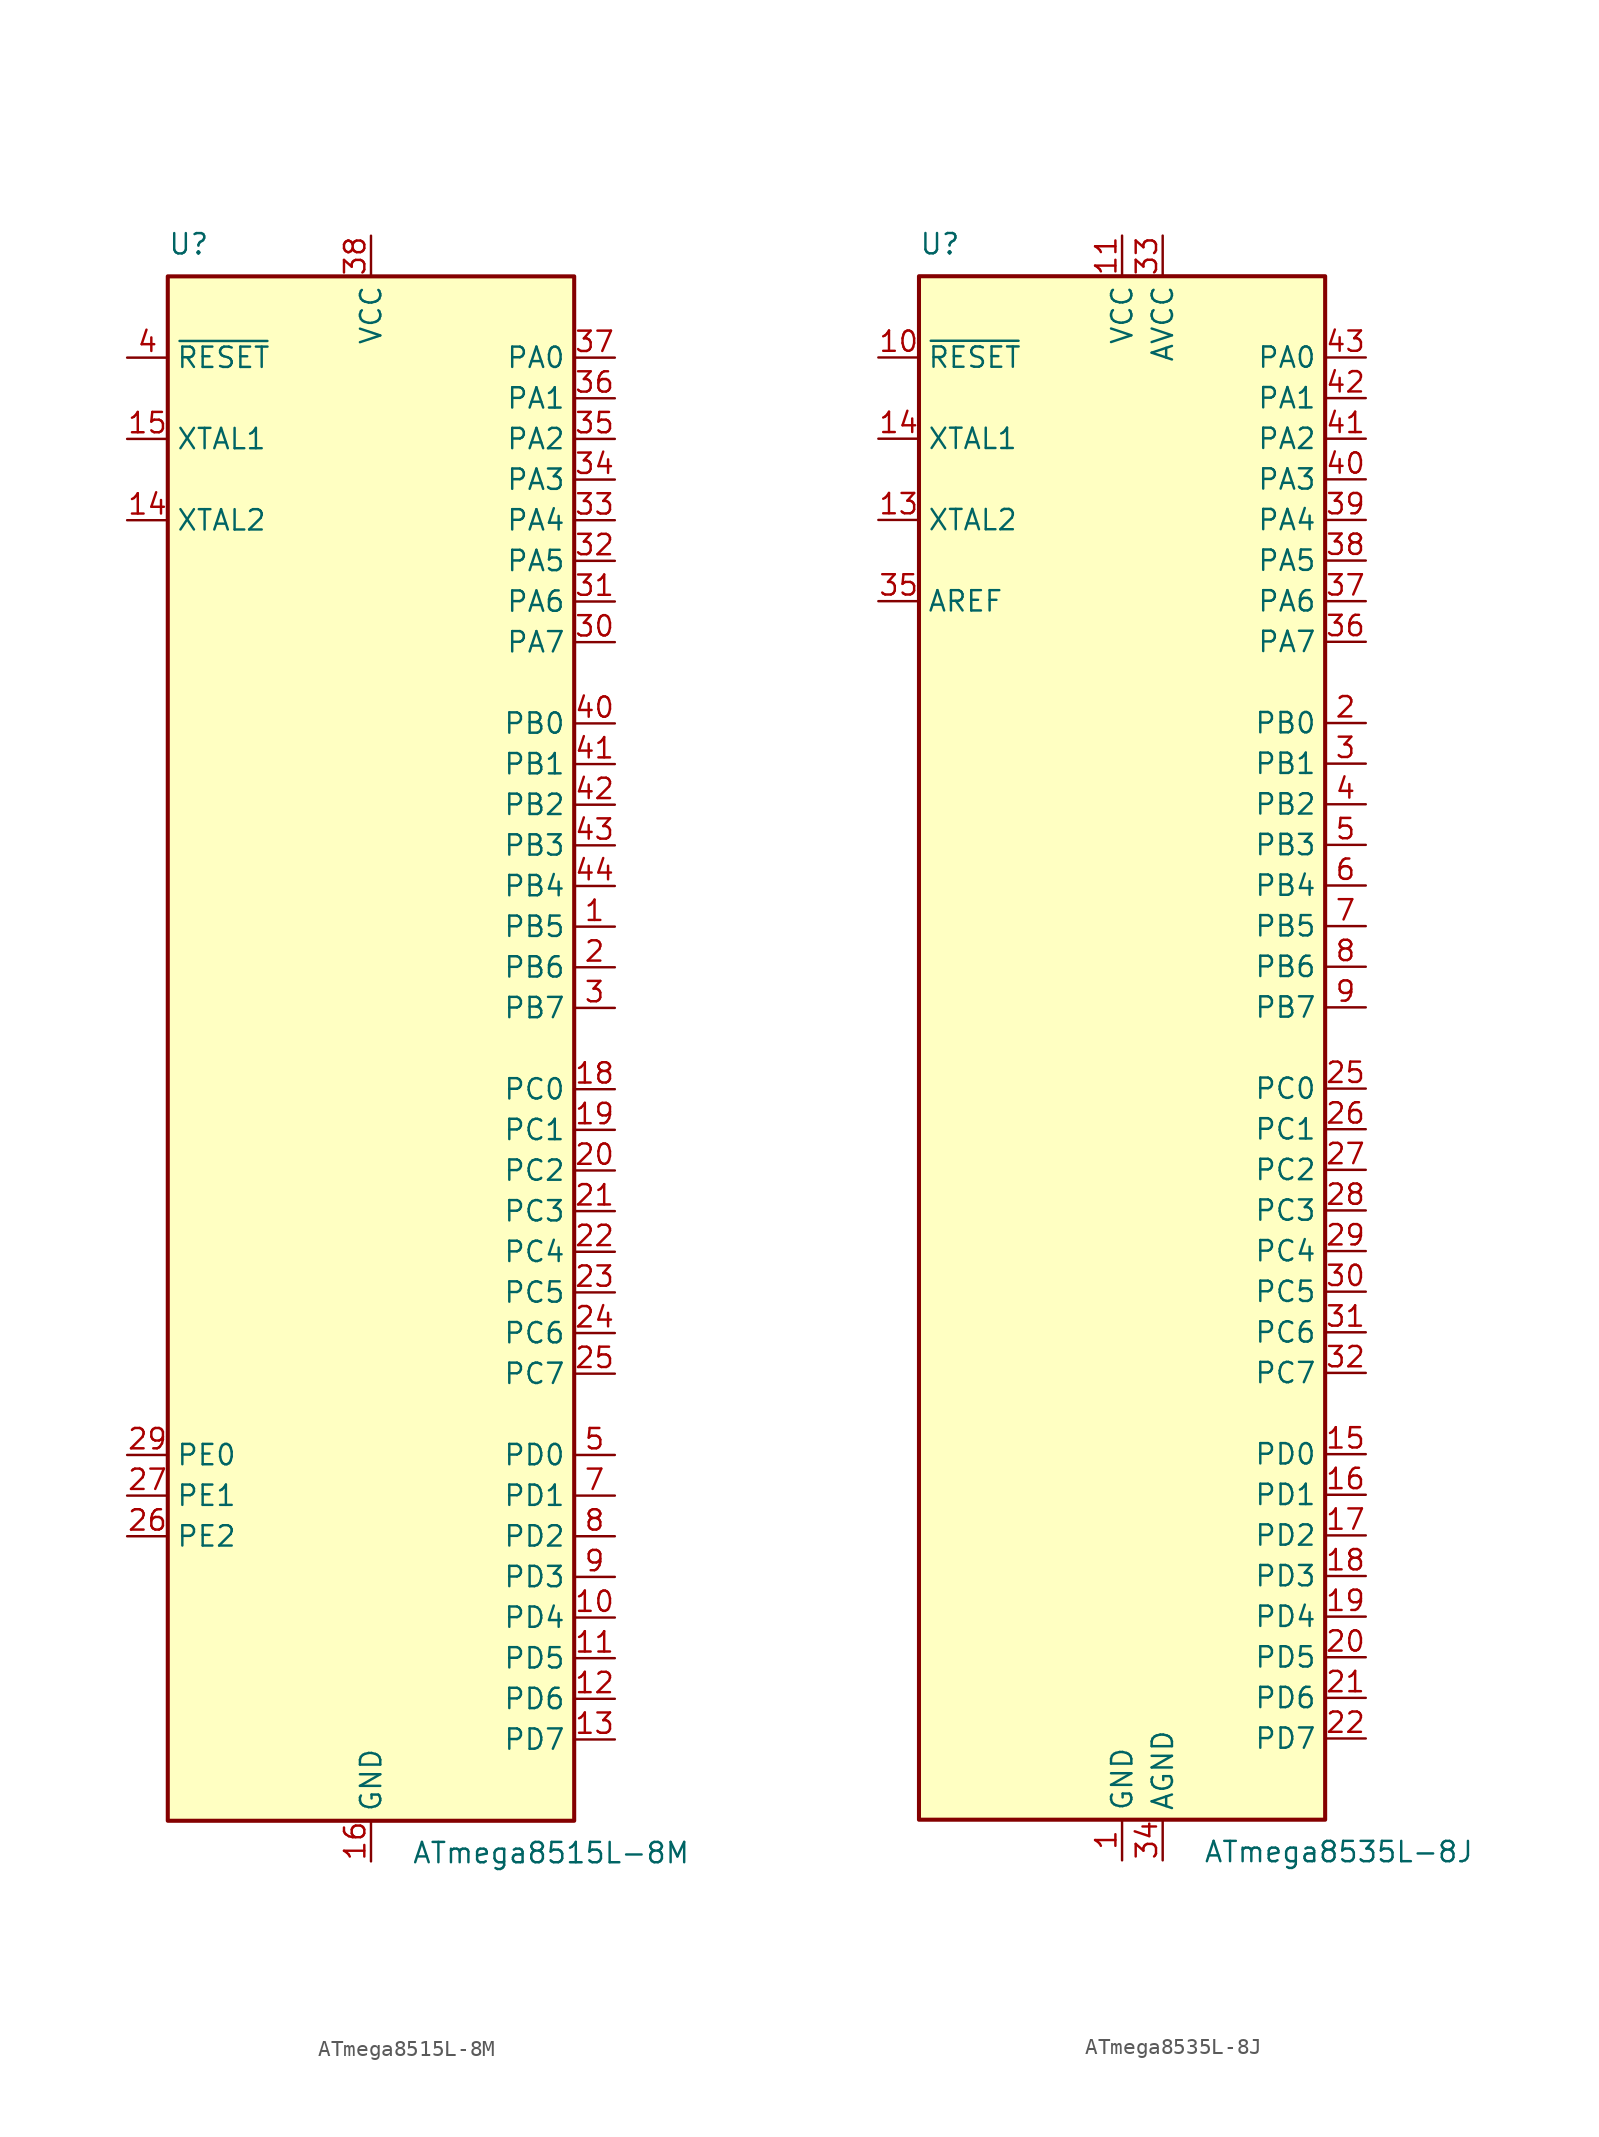
<source format=kicad_sym>
(kicad_symbol_lib
  (version 20231120)
  (generator "kicad_symbol_editor")
  (generator_version "8.0")
  (symbol "ATmega8515L-8M"
    (property "Reference" "U"
      (at -12.7 49.53 0)
      (effects (font (size 1.27 1.27)) (justify left bottom)))
    (property "Value" "ATmega8515L-8M"
      (at 2.54 -49.53 0)
      (effects (font (size 1.27 1.27)) (justify left top)))
    (symbol "ATmega8515L-8M_0_1"
      (rectangle (start -12.7 -48.26) (end 12.7 48.26) (stroke (width 0.254) (type default)) (fill (type background))))
    (symbol "ATmega8515L-8M_1_1"
      (pin bidirectional line (at 15.24 7.62 180) (length 2.54) (name "PB5" (effects (font (size 1.27 1.27)))) (number "1" (effects (font (size 1.27 1.27)))))
      (pin bidirectional line (at 15.24 -35.56 180) (length 2.54) (name "PD4" (effects (font (size 1.27 1.27)))) (number "10" (effects (font (size 1.27 1.27)))))
      (pin bidirectional line (at 15.24 -38.1 180) (length 2.54) (name "PD5" (effects (font (size 1.27 1.27)))) (number "11" (effects (font (size 1.27 1.27)))))
      (pin bidirectional line (at 15.24 -40.64 180) (length 2.54) (name "PD6" (effects (font (size 1.27 1.27)))) (number "12" (effects (font (size 1.27 1.27)))))
      (pin bidirectional line (at 15.24 -43.18 180) (length 2.54) (name "PD7" (effects (font (size 1.27 1.27)))) (number "13" (effects (font (size 1.27 1.27)))))
      (pin output line (at -15.24 33.02 0) (length 2.54) (name "XTAL2" (effects (font (size 1.27 1.27)))) (number "14" (effects (font (size 1.27 1.27)))))
      (pin input line (at -15.24 38.1 0) (length 2.54) (name "XTAL1" (effects (font (size 1.27 1.27)))) (number "15" (effects (font (size 1.27 1.27)))))
      (pin power_in line (at 0 -50.8 90) (length 2.54) (name "GND" (effects (font (size 1.27 1.27)))) (number "16" (effects (font (size 1.27 1.27)))))
      (pin no_connect line (at -12.7 -40.64 0) (length 2.54) hide (name "NC" (effects (font (size 1.27 1.27)))) (number "17" (effects (font (size 1.27 1.27)))))
      (pin bidirectional line (at 15.24 -2.54 180) (length 2.54) (name "PC0" (effects (font (size 1.27 1.27)))) (number "18" (effects (font (size 1.27 1.27)))))
      (pin bidirectional line (at 15.24 -5.08 180) (length 2.54) (name "PC1" (effects (font (size 1.27 1.27)))) (number "19" (effects (font (size 1.27 1.27)))))
      (pin bidirectional line (at 15.24 5.08 180) (length 2.54) (name "PB6" (effects (font (size 1.27 1.27)))) (number "2" (effects (font (size 1.27 1.27)))))
      (pin bidirectional line (at 15.24 -7.62 180) (length 2.54) (name "PC2" (effects (font (size 1.27 1.27)))) (number "20" (effects (font (size 1.27 1.27)))))
      (pin bidirectional line (at 15.24 -10.16 180) (length 2.54) (name "PC3" (effects (font (size 1.27 1.27)))) (number "21" (effects (font (size 1.27 1.27)))))
      (pin bidirectional line (at 15.24 -12.7 180) (length 2.54) (name "PC4" (effects (font (size 1.27 1.27)))) (number "22" (effects (font (size 1.27 1.27)))))
      (pin bidirectional line (at 15.24 -15.24 180) (length 2.54) (name "PC5" (effects (font (size 1.27 1.27)))) (number "23" (effects (font (size 1.27 1.27)))))
      (pin bidirectional line (at 15.24 -17.78 180) (length 2.54) (name "PC6" (effects (font (size 1.27 1.27)))) (number "24" (effects (font (size 1.27 1.27)))))
      (pin bidirectional line (at 15.24 -20.32 180) (length 2.54) (name "PC7" (effects (font (size 1.27 1.27)))) (number "25" (effects (font (size 1.27 1.27)))))
      (pin bidirectional line (at -15.24 -30.48 0) (length 2.54) (name "PE2" (effects (font (size 1.27 1.27)))) (number "26" (effects (font (size 1.27 1.27)))))
      (pin bidirectional line (at -15.24 -27.94 0) (length 2.54) (name "PE1" (effects (font (size 1.27 1.27)))) (number "27" (effects (font (size 1.27 1.27)))))
      (pin no_connect line (at -12.7 -43.18 0) (length 2.54) hide (name "NC" (effects (font (size 1.27 1.27)))) (number "28" (effects (font (size 1.27 1.27)))))
      (pin bidirectional line (at -15.24 -25.4 0) (length 2.54) (name "PE0" (effects (font (size 1.27 1.27)))) (number "29" (effects (font (size 1.27 1.27)))))
      (pin bidirectional line (at 15.24 2.54 180) (length 2.54) (name "PB7" (effects (font (size 1.27 1.27)))) (number "3" (effects (font (size 1.27 1.27)))))
      (pin bidirectional line (at 15.24 25.4 180) (length 2.54) (name "PA7" (effects (font (size 1.27 1.27)))) (number "30" (effects (font (size 1.27 1.27)))))
      (pin bidirectional line (at 15.24 27.94 180) (length 2.54) (name "PA6" (effects (font (size 1.27 1.27)))) (number "31" (effects (font (size 1.27 1.27)))))
      (pin bidirectional line (at 15.24 30.48 180) (length 2.54) (name "PA5" (effects (font (size 1.27 1.27)))) (number "32" (effects (font (size 1.27 1.27)))))
      (pin bidirectional line (at 15.24 33.02 180) (length 2.54) (name "PA4" (effects (font (size 1.27 1.27)))) (number "33" (effects (font (size 1.27 1.27)))))
      (pin bidirectional line (at 15.24 35.56 180) (length 2.54) (name "PA3" (effects (font (size 1.27 1.27)))) (number "34" (effects (font (size 1.27 1.27)))))
      (pin bidirectional line (at 15.24 38.1 180) (length 2.54) (name "PA2" (effects (font (size 1.27 1.27)))) (number "35" (effects (font (size 1.27 1.27)))))
      (pin bidirectional line (at 15.24 40.64 180) (length 2.54) (name "PA1" (effects (font (size 1.27 1.27)))) (number "36" (effects (font (size 1.27 1.27)))))
      (pin bidirectional line (at 15.24 43.18 180) (length 2.54) (name "PA0" (effects (font (size 1.27 1.27)))) (number "37" (effects (font (size 1.27 1.27)))))
      (pin power_in line (at 0 50.8 270) (length 2.54) (name "VCC" (effects (font (size 1.27 1.27)))) (number "38" (effects (font (size 1.27 1.27)))))
      (pin no_connect line (at -12.7 -45.72 0) (length 2.54) hide (name "NC" (effects (font (size 1.27 1.27)))) (number "39" (effects (font (size 1.27 1.27)))))
      (pin input line (at -15.24 43.18 0) (length 2.54) (name "~{RESET}" (effects (font (size 1.27 1.27)))) (number "4" (effects (font (size 1.27 1.27)))))
      (pin bidirectional line (at 15.24 20.32 180) (length 2.54) (name "PB0" (effects (font (size 1.27 1.27)))) (number "40" (effects (font (size 1.27 1.27)))))
      (pin bidirectional line (at 15.24 17.78 180) (length 2.54) (name "PB1" (effects (font (size 1.27 1.27)))) (number "41" (effects (font (size 1.27 1.27)))))
      (pin bidirectional line (at 15.24 15.24 180) (length 2.54) (name "PB2" (effects (font (size 1.27 1.27)))) (number "42" (effects (font (size 1.27 1.27)))))
      (pin bidirectional line (at 15.24 12.7 180) (length 2.54) (name "PB3" (effects (font (size 1.27 1.27)))) (number "43" (effects (font (size 1.27 1.27)))))
      (pin bidirectional line (at 15.24 10.16 180) (length 2.54) (name "PB4" (effects (font (size 1.27 1.27)))) (number "44" (effects (font (size 1.27 1.27)))))
      (pin passive line (at 0 -50.8 90) (length 2.54) hide (name "GND" (effects (font (size 1.27 1.27)))) (number "45" (effects (font (size 1.27 1.27)))))
      (pin bidirectional line (at 15.24 -25.4 180) (length 2.54) (name "PD0" (effects (font (size 1.27 1.27)))) (number "5" (effects (font (size 1.27 1.27)))))
      (pin no_connect line (at -12.7 -38.1 0) (length 2.54) hide (name "NC" (effects (font (size 1.27 1.27)))) (number "6" (effects (font (size 1.27 1.27)))))
      (pin bidirectional line (at 15.24 -27.94 180) (length 2.54) (name "PD1" (effects (font (size 1.27 1.27)))) (number "7" (effects (font (size 1.27 1.27)))))
      (pin bidirectional line (at 15.24 -30.48 180) (length 2.54) (name "PD2" (effects (font (size 1.27 1.27)))) (number "8" (effects (font (size 1.27 1.27)))))
      (pin bidirectional line (at 15.24 -33.02 180) (length 2.54) (name "PD3" (effects (font (size 1.27 1.27)))) (number "9" (effects (font (size 1.27 1.27)))))))
  (symbol "ATmega8535L-8J"
    (property "Reference" "U"
      (at -12.7 49.53 0)
      (effects (font (size 1.27 1.27)) (justify left bottom)))
    (property "Value" "ATmega8535L-8J"
      (at 5.08 -49.53 0)
      (effects (font (size 1.27 1.27)) (justify left top)))
    (symbol "ATmega8535L-8J_0_1"
      (rectangle (start -12.7 -48.26) (end 12.7 48.26) (stroke (width 0.254) (type default)) (fill (type background))))
    (symbol "ATmega8535L-8J_1_1"
      (pin power_in line (at 0 -50.8 90) (length 2.54) (name "GND" (effects (font (size 1.27 1.27)))) (number "1" (effects (font (size 1.27 1.27)))))
      (pin input line (at -15.24 43.18 0) (length 2.54) (name "~{RESET}" (effects (font (size 1.27 1.27)))) (number "10" (effects (font (size 1.27 1.27)))))
      (pin power_in line (at 0 50.8 270) (length 2.54) (name "VCC" (effects (font (size 1.27 1.27)))) (number "11" (effects (font (size 1.27 1.27)))))
      (pin passive line (at 0 -50.8 90) (length 2.54) hide (name "GND" (effects (font (size 1.27 1.27)))) (number "12" (effects (font (size 1.27 1.27)))))
      (pin output line (at -15.24 33.02 0) (length 2.54) (name "XTAL2" (effects (font (size 1.27 1.27)))) (number "13" (effects (font (size 1.27 1.27)))))
      (pin input line (at -15.24 38.1 0) (length 2.54) (name "XTAL1" (effects (font (size 1.27 1.27)))) (number "14" (effects (font (size 1.27 1.27)))))
      (pin bidirectional line (at 15.24 -25.4 180) (length 2.54) (name "PD0" (effects (font (size 1.27 1.27)))) (number "15" (effects (font (size 1.27 1.27)))))
      (pin bidirectional line (at 15.24 -27.94 180) (length 2.54) (name "PD1" (effects (font (size 1.27 1.27)))) (number "16" (effects (font (size 1.27 1.27)))))
      (pin bidirectional line (at 15.24 -30.48 180) (length 2.54) (name "PD2" (effects (font (size 1.27 1.27)))) (number "17" (effects (font (size 1.27 1.27)))))
      (pin bidirectional line (at 15.24 -33.02 180) (length 2.54) (name "PD3" (effects (font (size 1.27 1.27)))) (number "18" (effects (font (size 1.27 1.27)))))
      (pin bidirectional line (at 15.24 -35.56 180) (length 2.54) (name "PD4" (effects (font (size 1.27 1.27)))) (number "19" (effects (font (size 1.27 1.27)))))
      (pin bidirectional line (at 15.24 20.32 180) (length 2.54) (name "PB0" (effects (font (size 1.27 1.27)))) (number "2" (effects (font (size 1.27 1.27)))))
      (pin bidirectional line (at 15.24 -38.1 180) (length 2.54) (name "PD5" (effects (font (size 1.27 1.27)))) (number "20" (effects (font (size 1.27 1.27)))))
      (pin bidirectional line (at 15.24 -40.64 180) (length 2.54) (name "PD6" (effects (font (size 1.27 1.27)))) (number "21" (effects (font (size 1.27 1.27)))))
      (pin bidirectional line (at 15.24 -43.18 180) (length 2.54) (name "PD7" (effects (font (size 1.27 1.27)))) (number "22" (effects (font (size 1.27 1.27)))))
      (pin passive line (at 0 50.8 270) (length 2.54) hide (name "VCC" (effects (font (size 1.27 1.27)))) (number "23" (effects (font (size 1.27 1.27)))))
      (pin passive line (at 0 -50.8 90) (length 2.54) hide (name "GND" (effects (font (size 1.27 1.27)))) (number "24" (effects (font (size 1.27 1.27)))))
      (pin bidirectional line (at 15.24 -2.54 180) (length 2.54) (name "PC0" (effects (font (size 1.27 1.27)))) (number "25" (effects (font (size 1.27 1.27)))))
      (pin bidirectional line (at 15.24 -5.08 180) (length 2.54) (name "PC1" (effects (font (size 1.27 1.27)))) (number "26" (effects (font (size 1.27 1.27)))))
      (pin bidirectional line (at 15.24 -7.62 180) (length 2.54) (name "PC2" (effects (font (size 1.27 1.27)))) (number "27" (effects (font (size 1.27 1.27)))))
      (pin bidirectional line (at 15.24 -10.16 180) (length 2.54) (name "PC3" (effects (font (size 1.27 1.27)))) (number "28" (effects (font (size 1.27 1.27)))))
      (pin bidirectional line (at 15.24 -12.7 180) (length 2.54) (name "PC4" (effects (font (size 1.27 1.27)))) (number "29" (effects (font (size 1.27 1.27)))))
      (pin bidirectional line (at 15.24 17.78 180) (length 2.54) (name "PB1" (effects (font (size 1.27 1.27)))) (number "3" (effects (font (size 1.27 1.27)))))
      (pin bidirectional line (at 15.24 -15.24 180) (length 2.54) (name "PC5" (effects (font (size 1.27 1.27)))) (number "30" (effects (font (size 1.27 1.27)))))
      (pin bidirectional line (at 15.24 -17.78 180) (length 2.54) (name "PC6" (effects (font (size 1.27 1.27)))) (number "31" (effects (font (size 1.27 1.27)))))
      (pin bidirectional line (at 15.24 -20.32 180) (length 2.54) (name "PC7" (effects (font (size 1.27 1.27)))) (number "32" (effects (font (size 1.27 1.27)))))
      (pin power_in line (at 2.54 50.8 270) (length 2.54) (name "AVCC" (effects (font (size 1.27 1.27)))) (number "33" (effects (font (size 1.27 1.27)))))
      (pin power_in line (at 2.54 -50.8 90) (length 2.54) (name "AGND" (effects (font (size 1.27 1.27)))) (number "34" (effects (font (size 1.27 1.27)))))
      (pin passive line (at -15.24 27.94 0) (length 2.54) (name "AREF" (effects (font (size 1.27 1.27)))) (number "35" (effects (font (size 1.27 1.27)))))
      (pin bidirectional line (at 15.24 25.4 180) (length 2.54) (name "PA7" (effects (font (size 1.27 1.27)))) (number "36" (effects (font (size 1.27 1.27)))))
      (pin bidirectional line (at 15.24 27.94 180) (length 2.54) (name "PA6" (effects (font (size 1.27 1.27)))) (number "37" (effects (font (size 1.27 1.27)))))
      (pin bidirectional line (at 15.24 30.48 180) (length 2.54) (name "PA5" (effects (font (size 1.27 1.27)))) (number "38" (effects (font (size 1.27 1.27)))))
      (pin bidirectional line (at 15.24 33.02 180) (length 2.54) (name "PA4" (effects (font (size 1.27 1.27)))) (number "39" (effects (font (size 1.27 1.27)))))
      (pin bidirectional line (at 15.24 15.24 180) (length 2.54) (name "PB2" (effects (font (size 1.27 1.27)))) (number "4" (effects (font (size 1.27 1.27)))))
      (pin bidirectional line (at 15.24 35.56 180) (length 2.54) (name "PA3" (effects (font (size 1.27 1.27)))) (number "40" (effects (font (size 1.27 1.27)))))
      (pin bidirectional line (at 15.24 38.1 180) (length 2.54) (name "PA2" (effects (font (size 1.27 1.27)))) (number "41" (effects (font (size 1.27 1.27)))))
      (pin bidirectional line (at 15.24 40.64 180) (length 2.54) (name "PA1" (effects (font (size 1.27 1.27)))) (number "42" (effects (font (size 1.27 1.27)))))
      (pin bidirectional line (at 15.24 43.18 180) (length 2.54) (name "PA0" (effects (font (size 1.27 1.27)))) (number "43" (effects (font (size 1.27 1.27)))))
      (pin passive line (at 0 50.8 270) (length 2.54) hide (name "VCC" (effects (font (size 1.27 1.27)))) (number "44" (effects (font (size 1.27 1.27)))))
      (pin bidirectional line (at 15.24 12.7 180) (length 2.54) (name "PB3" (effects (font (size 1.27 1.27)))) (number "5" (effects (font (size 1.27 1.27)))))
      (pin bidirectional line (at 15.24 10.16 180) (length 2.54) (name "PB4" (effects (font (size 1.27 1.27)))) (number "6" (effects (font (size 1.27 1.27)))))
      (pin bidirectional line (at 15.24 7.62 180) (length 2.54) (name "PB5" (effects (font (size 1.27 1.27)))) (number "7" (effects (font (size 1.27 1.27)))))
      (pin bidirectional line (at 15.24 5.08 180) (length 2.54) (name "PB6" (effects (font (size 1.27 1.27)))) (number "8" (effects (font (size 1.27 1.27)))))
      (pin bidirectional line (at 15.24 2.54 180) (length 2.54) (name "PB7" (effects (font (size 1.27 1.27)))) (number "9" (effects (font (size 1.27 1.27))))))))
</source>
